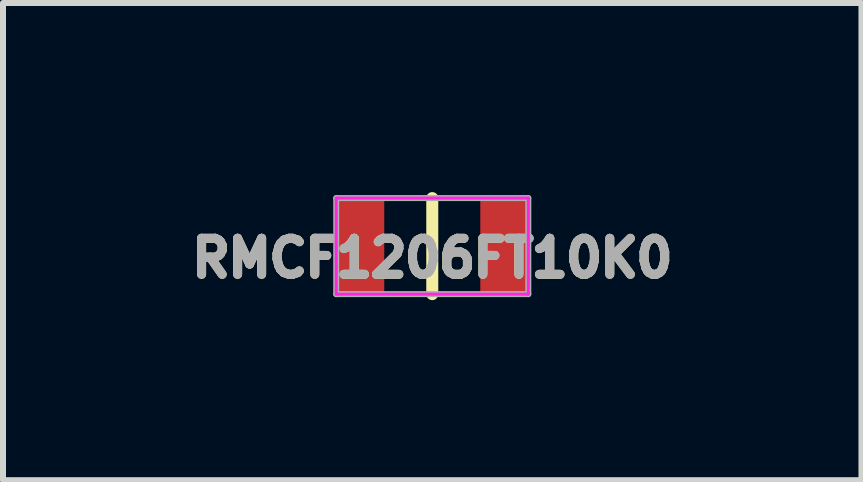
<source format=kicad_pcb>
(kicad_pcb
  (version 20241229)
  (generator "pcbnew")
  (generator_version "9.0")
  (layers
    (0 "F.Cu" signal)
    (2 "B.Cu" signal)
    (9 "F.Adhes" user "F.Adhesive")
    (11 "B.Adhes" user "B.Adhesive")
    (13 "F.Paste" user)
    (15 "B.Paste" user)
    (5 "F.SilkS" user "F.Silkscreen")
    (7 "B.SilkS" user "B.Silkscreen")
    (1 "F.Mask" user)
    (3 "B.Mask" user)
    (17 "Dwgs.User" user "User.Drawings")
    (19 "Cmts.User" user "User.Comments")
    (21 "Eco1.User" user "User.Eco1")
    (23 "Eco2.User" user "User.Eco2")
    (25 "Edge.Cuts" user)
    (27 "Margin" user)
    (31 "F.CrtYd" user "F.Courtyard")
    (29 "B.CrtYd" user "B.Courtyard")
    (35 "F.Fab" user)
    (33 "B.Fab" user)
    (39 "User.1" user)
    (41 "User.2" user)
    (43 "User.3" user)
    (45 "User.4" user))
  (footprint "RMCF1206FT10K0"
    (layer "F.Cu")
    (at 2.551 0.25)
    (property "Reference" "RMCF1206FT10K0" (at 1.6 1 0) (layer "F.SilkS") (effects (font (size 0.6 0.6) (thickness 0.15))))
    (attr smd)
    (fp_line (start 1.6 0) (end 1.6 1.6) (stroke (width 0.2) (type solid)) (layer "F.SilkS"))
    (fp_line (start 0 0) (end 0 1.6) (stroke (width 0.05) (type solid)) (layer "F.CrtYd"))
    (fp_line (start 0 0) (end 3.2 0) (stroke (width 0.05) (type solid)) (layer "F.CrtYd"))
    (fp_line (start 3.2 1.6) (end 0 1.6) (stroke (width 0.05) (type solid)) (layer "F.CrtYd"))
    (fp_line (start 3.2 1.6) (end 3.2 0) (stroke (width 0.05) (type solid)) (layer "F.CrtYd"))
    (fp_line (start 0 0) (end 3.2 0) (stroke (width 0.1) (type solid)) (layer "F.Fab"))
    (fp_line (start 0 1.6) (end 0 0) (stroke (width 0.1) (type solid)) (layer "F.Fab"))
    (fp_line (start 3.2 0) (end 3.2 1.6) (stroke (width 0.1) (type solid)) (layer "F.Fab"))
    (fp_line (start 3.2 1.6) (end 0 1.6) (stroke (width 0.1) (type solid)) (layer "F.Fab"))
    (fp_text user "${REFERENCE}" (at 1.6 1 0) (layer "F.Fab") (effects (font (size 0.6 0.6) (thickness 0.15))))
    (pad "1" smd rect (at 0.4 0.8) (size 0.8 1.6) (layers "F.Cu" "F.Mask" "F.Paste"))
    (pad "2" smd rect (at 2.8 0.8) (size 0.8 1.6) (layers "F.Cu" "F.Mask" "F.Paste")))
  (gr_rect
    (start -3 -3)
    (end 11.301 4.95)
    (stroke (width 0.1) (type default))
    (fill no)
    (layer "Edge.Cuts")))
</source>
